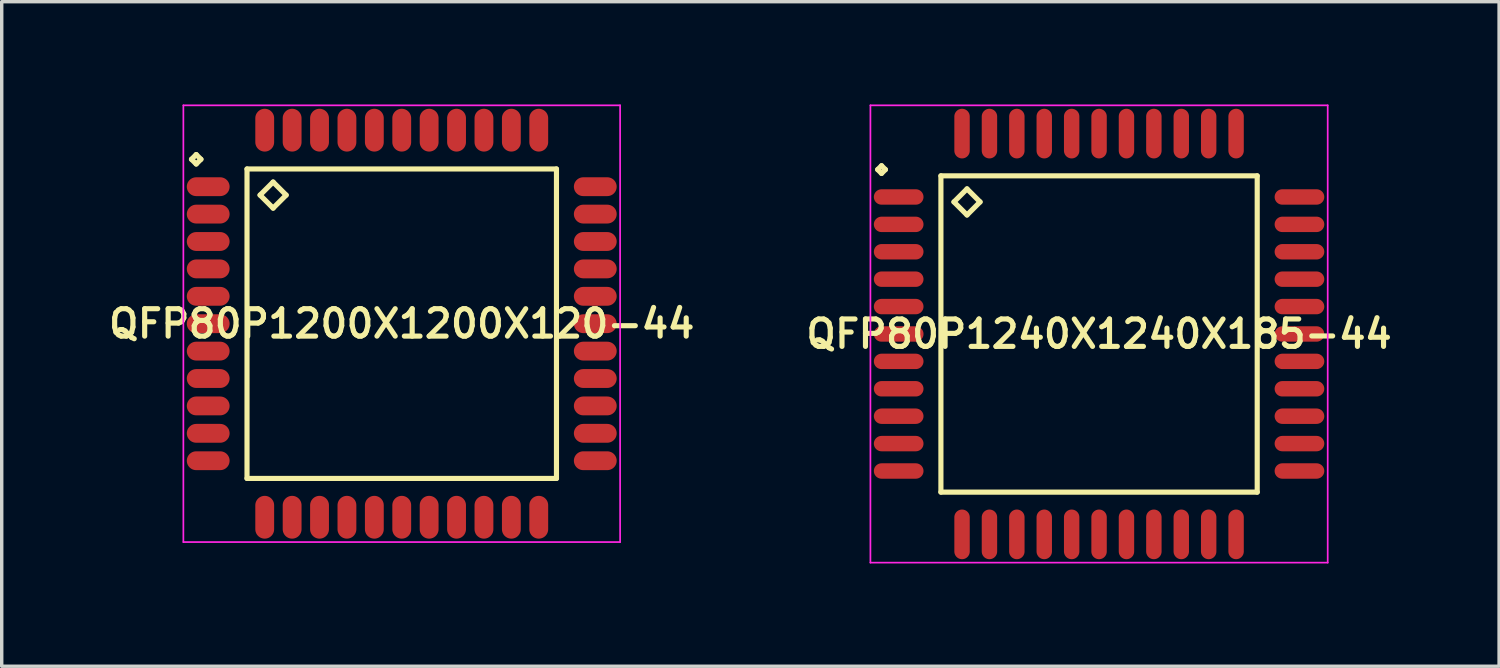
<source format=kicad_pcb>
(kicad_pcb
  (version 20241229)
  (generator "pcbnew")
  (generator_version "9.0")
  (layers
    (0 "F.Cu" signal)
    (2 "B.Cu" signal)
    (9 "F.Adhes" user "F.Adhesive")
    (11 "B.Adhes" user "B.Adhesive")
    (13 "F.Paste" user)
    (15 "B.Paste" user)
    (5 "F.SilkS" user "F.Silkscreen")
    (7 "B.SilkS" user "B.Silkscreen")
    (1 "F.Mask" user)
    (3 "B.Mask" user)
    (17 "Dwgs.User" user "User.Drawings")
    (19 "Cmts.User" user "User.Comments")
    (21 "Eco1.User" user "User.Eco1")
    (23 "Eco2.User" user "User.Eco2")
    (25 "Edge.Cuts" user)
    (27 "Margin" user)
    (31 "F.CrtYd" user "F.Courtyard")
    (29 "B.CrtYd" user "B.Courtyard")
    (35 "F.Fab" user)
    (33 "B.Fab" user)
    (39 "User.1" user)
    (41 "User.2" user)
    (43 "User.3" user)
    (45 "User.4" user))
  (footprint "QFP80P1240X1240X185-44"
    (layer "F.Cu")
    (at 29.035 6.7)
    (property "Reference" "QFP80P1240X1240X185-44" (at 0 0 0) (layer "F.SilkS") (effects (font (size 0.8 0.8) (thickness 0.15))))
    (attr smd)
    (fp_line (start -6.463 -4.8) (end -6.35 -4.912) (stroke (width 0.15) (type solid)) (layer "F.SilkS"))
    (fp_line (start -6.35 -4.912) (end -6.237 -4.8) (stroke (width 0.15) (type solid)) (layer "F.SilkS"))
    (fp_line (start -6.35 -4.688) (end -6.463 -4.8) (stroke (width 0.15) (type solid)) (layer "F.SilkS"))
    (fp_line (start -6.237 -4.8) (end -6.35 -4.688) (stroke (width 0.15) (type solid)) (layer "F.SilkS"))
    (fp_line (start -4.617 -4.617) (end -4.617 4.617) (stroke (width 0.15) (type solid)) (layer "F.SilkS"))
    (fp_line (start -4.617 4.617) (end 4.617 4.617) (stroke (width 0.15) (type solid)) (layer "F.SilkS"))
    (fp_line (start -4.236 -3.855) (end -3.855 -4.236) (stroke (width 0.15) (type solid)) (layer "F.SilkS"))
    (fp_line (start -3.855 -4.236) (end -3.474 -3.855) (stroke (width 0.15) (type solid)) (layer "F.SilkS"))
    (fp_line (start -3.855 -3.474) (end -4.236 -3.855) (stroke (width 0.15) (type solid)) (layer "F.SilkS"))
    (fp_line (start -3.474 -3.855) (end -3.855 -3.474) (stroke (width 0.15) (type solid)) (layer "F.SilkS"))
    (fp_line (start 4.617 -4.617) (end -4.617 -4.617) (stroke (width 0.15) (type solid)) (layer "F.SilkS"))
    (fp_line (start 4.617 4.617) (end 4.617 -4.617) (stroke (width 0.15) (type solid)) (layer "F.SilkS"))
    (fp_line (start -6.675 -6.675) (end 6.675 -6.675) (stroke (width 0.05) (type solid)) (layer "F.CrtYd"))
    (fp_line (start -6.675 6.675) (end -6.675 -6.675) (stroke (width 0.05) (type solid)) (layer "F.CrtYd"))
    (fp_line (start 6.675 -6.675) (end 6.675 6.675) (stroke (width 0.05) (type solid)) (layer "F.CrtYd"))
    (fp_line (start 6.675 6.675) (end -6.675 6.675) (stroke (width 0.05) (type solid)) (layer "F.CrtYd"))
    (pad "1" smd oval (at -5.85 -4) (size 1.45 0.45) (layers "F.Cu" "F.Mask" "F.Paste"))
    (pad "2" smd oval (at -5.85 -3.2) (size 1.45 0.45) (layers "F.Cu" "F.Mask" "F.Paste"))
    (pad "3" smd oval (at -5.85 -2.4) (size 1.45 0.45) (layers "F.Cu" "F.Mask" "F.Paste"))
    (pad "4" smd oval (at -5.85 -1.6) (size 1.45 0.45) (layers "F.Cu" "F.Mask" "F.Paste"))
    (pad "5" smd oval (at -5.85 -0.8) (size 1.45 0.45) (layers "F.Cu" "F.Mask" "F.Paste"))
    (pad "6" smd oval (at -5.85 0) (size 1.45 0.45) (layers "F.Cu" "F.Mask" "F.Paste"))
    (pad "7" smd oval (at -5.85 0.8) (size 1.45 0.45) (layers "F.Cu" "F.Mask" "F.Paste"))
    (pad "8" smd oval (at -5.85 1.6) (size 1.45 0.45) (layers "F.Cu" "F.Mask" "F.Paste"))
    (pad "9" smd oval (at -5.85 2.4) (size 1.45 0.45) (layers "F.Cu" "F.Mask" "F.Paste"))
    (pad "10" smd oval (at -5.85 3.2) (size 1.45 0.45) (layers "F.Cu" "F.Mask" "F.Paste"))
    (pad "11" smd oval (at -5.85 4) (size 1.45 0.45) (layers "F.Cu" "F.Mask" "F.Paste"))
    (pad "12" smd oval (at -4 5.85) (size 0.45 1.45) (layers "F.Cu" "F.Mask" "F.Paste"))
    (pad "13" smd oval (at -3.2 5.85) (size 0.45 1.45) (layers "F.Cu" "F.Mask" "F.Paste"))
    (pad "14" smd oval (at -2.4 5.85) (size 0.45 1.45) (layers "F.Cu" "F.Mask" "F.Paste"))
    (pad "15" smd oval (at -1.6 5.85) (size 0.45 1.45) (layers "F.Cu" "F.Mask" "F.Paste"))
    (pad "16" smd oval (at -0.8 5.85) (size 0.45 1.45) (layers "F.Cu" "F.Mask" "F.Paste"))
    (pad "17" smd oval (at 0 5.85) (size 0.45 1.45) (layers "F.Cu" "F.Mask" "F.Paste"))
    (pad "18" smd oval (at 0.8 5.85) (size 0.45 1.45) (layers "F.Cu" "F.Mask" "F.Paste"))
    (pad "19" smd oval (at 1.6 5.85) (size 0.45 1.45) (layers "F.Cu" "F.Mask" "F.Paste"))
    (pad "20" smd oval (at 2.4 5.85) (size 0.45 1.45) (layers "F.Cu" "F.Mask" "F.Paste"))
    (pad "21" smd oval (at 3.2 5.85) (size 0.45 1.45) (layers "F.Cu" "F.Mask" "F.Paste"))
    (pad "22" smd oval (at 4 5.85) (size 0.45 1.45) (layers "F.Cu" "F.Mask" "F.Paste"))
    (pad "23" smd oval (at 5.85 4) (size 1.45 0.45) (layers "F.Cu" "F.Mask" "F.Paste"))
    (pad "24" smd oval (at 5.85 3.2) (size 1.45 0.45) (layers "F.Cu" "F.Mask" "F.Paste"))
    (pad "25" smd oval (at 5.85 2.4) (size 1.45 0.45) (layers "F.Cu" "F.Mask" "F.Paste"))
    (pad "26" smd oval (at 5.85 1.6) (size 1.45 0.45) (layers "F.Cu" "F.Mask" "F.Paste"))
    (pad "27" smd oval (at 5.85 0.8) (size 1.45 0.45) (layers "F.Cu" "F.Mask" "F.Paste"))
    (pad "28" smd oval (at 5.85 0) (size 1.45 0.45) (layers "F.Cu" "F.Mask" "F.Paste"))
    (pad "29" smd oval (at 5.85 -0.8) (size 1.45 0.45) (layers "F.Cu" "F.Mask" "F.Paste"))
    (pad "30" smd oval (at 5.85 -1.6) (size 1.45 0.45) (layers "F.Cu" "F.Mask" "F.Paste"))
    (pad "31" smd oval (at 5.85 -2.4) (size 1.45 0.45) (layers "F.Cu" "F.Mask" "F.Paste"))
    (pad "32" smd oval (at 5.85 -3.2) (size 1.45 0.45) (layers "F.Cu" "F.Mask" "F.Paste"))
    (pad "33" smd oval (at 5.85 -4) (size 1.45 0.45) (layers "F.Cu" "F.Mask" "F.Paste"))
    (pad "34" smd oval (at 4 -5.85) (size 0.45 1.45) (layers "F.Cu" "F.Mask" "F.Paste"))
    (pad "35" smd oval (at 3.2 -5.85) (size 0.45 1.45) (layers "F.Cu" "F.Mask" "F.Paste"))
    (pad "36" smd oval (at 2.4 -5.85) (size 0.45 1.45) (layers "F.Cu" "F.Mask" "F.Paste"))
    (pad "37" smd oval (at 1.6 -5.85) (size 0.45 1.45) (layers "F.Cu" "F.Mask" "F.Paste"))
    (pad "38" smd oval (at 0.8 -5.85) (size 0.45 1.45) (layers "F.Cu" "F.Mask" "F.Paste"))
    (pad "39" smd oval (at 0 -5.85) (size 0.45 1.45) (layers "F.Cu" "F.Mask" "F.Paste"))
    (pad "40" smd oval (at -0.8 -5.85) (size 0.45 1.45) (layers "F.Cu" "F.Mask" "F.Paste"))
    (pad "41" smd oval (at -1.6 -5.85) (size 0.45 1.45) (layers "F.Cu" "F.Mask" "F.Paste"))
    (pad "42" smd oval (at -2.4 -5.85) (size 0.45 1.45) (layers "F.Cu" "F.Mask" "F.Paste"))
    (pad "43" smd oval (at -3.2 -5.85) (size 0.45 1.45) (layers "F.Cu" "F.Mask" "F.Paste"))
    (pad "44" smd oval (at -4 -5.85) (size 0.45 1.45) (layers "F.Cu" "F.Mask" "F.Paste")))
  (footprint "QFP80P1200X1200X120-44"
    (layer "F.Cu")
    (at 8.678 6.4)
    (property "Reference" "QFP80P1200X1200X120-44" (at 0 0 0) (layer "F.SilkS") (effects (font (size 0.8 0.8) (thickness 0.15))))
    (attr smd)
    (fp_line (start -6.138 -4.8) (end -6 -4.938) (stroke (width 0.15) (type solid)) (layer "F.SilkS"))
    (fp_line (start -6 -4.938) (end -5.862 -4.8) (stroke (width 0.15) (type solid)) (layer "F.SilkS"))
    (fp_line (start -6 -4.662) (end -6.138 -4.8) (stroke (width 0.15) (type solid)) (layer "F.SilkS"))
    (fp_line (start -5.862 -4.8) (end -6 -4.662) (stroke (width 0.15) (type solid)) (layer "F.SilkS"))
    (fp_line (start -4.517 -4.517) (end -4.517 4.517) (stroke (width 0.15) (type solid)) (layer "F.SilkS"))
    (fp_line (start -4.517 4.517) (end 4.517 4.517) (stroke (width 0.15) (type solid)) (layer "F.SilkS"))
    (fp_line (start -4.136 -3.755) (end -3.755 -4.136) (stroke (width 0.15) (type solid)) (layer "F.SilkS"))
    (fp_line (start -3.755 -4.136) (end -3.374 -3.755) (stroke (width 0.15) (type solid)) (layer "F.SilkS"))
    (fp_line (start -3.755 -3.374) (end -4.136 -3.755) (stroke (width 0.15) (type solid)) (layer "F.SilkS"))
    (fp_line (start -3.374 -3.755) (end -3.755 -3.374) (stroke (width 0.15) (type solid)) (layer "F.SilkS"))
    (fp_line (start 4.517 -4.517) (end -4.517 -4.517) (stroke (width 0.15) (type solid)) (layer "F.SilkS"))
    (fp_line (start 4.517 4.517) (end 4.517 -4.517) (stroke (width 0.15) (type solid)) (layer "F.SilkS"))
    (fp_line (start -6.375 -6.375) (end 6.375 -6.375) (stroke (width 0.05) (type solid)) (layer "F.CrtYd"))
    (fp_line (start -6.375 6.375) (end -6.375 -6.375) (stroke (width 0.05) (type solid)) (layer "F.CrtYd"))
    (fp_line (start 6.375 -6.375) (end 6.375 6.375) (stroke (width 0.05) (type solid)) (layer "F.CrtYd"))
    (fp_line (start 6.375 6.375) (end -6.375 6.375) (stroke (width 0.05) (type solid)) (layer "F.CrtYd"))
    (pad "1" smd oval (at -5.65 -4) (size 1.25 0.55) (layers "F.Cu" "F.Mask" "F.Paste"))
    (pad "2" smd oval (at -5.65 -3.2) (size 1.25 0.55) (layers "F.Cu" "F.Mask" "F.Paste"))
    (pad "3" smd oval (at -5.65 -2.4) (size 1.25 0.55) (layers "F.Cu" "F.Mask" "F.Paste"))
    (pad "4" smd oval (at -5.65 -1.6) (size 1.25 0.55) (layers "F.Cu" "F.Mask" "F.Paste"))
    (pad "5" smd oval (at -5.65 -0.8) (size 1.25 0.55) (layers "F.Cu" "F.Mask" "F.Paste"))
    (pad "6" smd oval (at -5.65 0) (size 1.25 0.55) (layers "F.Cu" "F.Mask" "F.Paste"))
    (pad "7" smd oval (at -5.65 0.8) (size 1.25 0.55) (layers "F.Cu" "F.Mask" "F.Paste"))
    (pad "8" smd oval (at -5.65 1.6) (size 1.25 0.55) (layers "F.Cu" "F.Mask" "F.Paste"))
    (pad "9" smd oval (at -5.65 2.4) (size 1.25 0.55) (layers "F.Cu" "F.Mask" "F.Paste"))
    (pad "10" smd oval (at -5.65 3.2) (size 1.25 0.55) (layers "F.Cu" "F.Mask" "F.Paste"))
    (pad "11" smd oval (at -5.65 4) (size 1.25 0.55) (layers "F.Cu" "F.Mask" "F.Paste"))
    (pad "12" smd oval (at -4 5.65) (size 0.55 1.25) (layers "F.Cu" "F.Mask" "F.Paste"))
    (pad "13" smd oval (at -3.2 5.65) (size 0.55 1.25) (layers "F.Cu" "F.Mask" "F.Paste"))
    (pad "14" smd oval (at -2.4 5.65) (size 0.55 1.25) (layers "F.Cu" "F.Mask" "F.Paste"))
    (pad "15" smd oval (at -1.6 5.65) (size 0.55 1.25) (layers "F.Cu" "F.Mask" "F.Paste"))
    (pad "16" smd oval (at -0.8 5.65) (size 0.55 1.25) (layers "F.Cu" "F.Mask" "F.Paste"))
    (pad "17" smd oval (at 0 5.65) (size 0.55 1.25) (layers "F.Cu" "F.Mask" "F.Paste"))
    (pad "18" smd oval (at 0.8 5.65) (size 0.55 1.25) (layers "F.Cu" "F.Mask" "F.Paste"))
    (pad "19" smd oval (at 1.6 5.65) (size 0.55 1.25) (layers "F.Cu" "F.Mask" "F.Paste"))
    (pad "20" smd oval (at 2.4 5.65) (size 0.55 1.25) (layers "F.Cu" "F.Mask" "F.Paste"))
    (pad "21" smd oval (at 3.2 5.65) (size 0.55 1.25) (layers "F.Cu" "F.Mask" "F.Paste"))
    (pad "22" smd oval (at 4 5.65) (size 0.55 1.25) (layers "F.Cu" "F.Mask" "F.Paste"))
    (pad "23" smd oval (at 5.65 4) (size 1.25 0.55) (layers "F.Cu" "F.Mask" "F.Paste"))
    (pad "24" smd oval (at 5.65 3.2) (size 1.25 0.55) (layers "F.Cu" "F.Mask" "F.Paste"))
    (pad "25" smd oval (at 5.65 2.4) (size 1.25 0.55) (layers "F.Cu" "F.Mask" "F.Paste"))
    (pad "26" smd oval (at 5.65 1.6) (size 1.25 0.55) (layers "F.Cu" "F.Mask" "F.Paste"))
    (pad "27" smd oval (at 5.65 0.8) (size 1.25 0.55) (layers "F.Cu" "F.Mask" "F.Paste"))
    (pad "28" smd oval (at 5.65 0) (size 1.25 0.55) (layers "F.Cu" "F.Mask" "F.Paste"))
    (pad "29" smd oval (at 5.65 -0.8) (size 1.25 0.55) (layers "F.Cu" "F.Mask" "F.Paste"))
    (pad "30" smd oval (at 5.65 -1.6) (size 1.25 0.55) (layers "F.Cu" "F.Mask" "F.Paste"))
    (pad "31" smd oval (at 5.65 -2.4) (size 1.25 0.55) (layers "F.Cu" "F.Mask" "F.Paste"))
    (pad "32" smd oval (at 5.65 -3.2) (size 1.25 0.55) (layers "F.Cu" "F.Mask" "F.Paste"))
    (pad "33" smd oval (at 5.65 -4) (size 1.25 0.55) (layers "F.Cu" "F.Mask" "F.Paste"))
    (pad "34" smd oval (at 4 -5.65) (size 0.55 1.25) (layers "F.Cu" "F.Mask" "F.Paste"))
    (pad "35" smd oval (at 3.2 -5.65) (size 0.55 1.25) (layers "F.Cu" "F.Mask" "F.Paste"))
    (pad "36" smd oval (at 2.4 -5.65) (size 0.55 1.25) (layers "F.Cu" "F.Mask" "F.Paste"))
    (pad "37" smd oval (at 1.6 -5.65) (size 0.55 1.25) (layers "F.Cu" "F.Mask" "F.Paste"))
    (pad "38" smd oval (at 0.8 -5.65) (size 0.55 1.25) (layers "F.Cu" "F.Mask" "F.Paste"))
    (pad "39" smd oval (at 0 -5.65) (size 0.55 1.25) (layers "F.Cu" "F.Mask" "F.Paste"))
    (pad "40" smd oval (at -0.8 -5.65) (size 0.55 1.25) (layers "F.Cu" "F.Mask" "F.Paste"))
    (pad "41" smd oval (at -1.6 -5.65) (size 0.55 1.25) (layers "F.Cu" "F.Mask" "F.Paste"))
    (pad "42" smd oval (at -2.4 -5.65) (size 0.55 1.25) (layers "F.Cu" "F.Mask" "F.Paste"))
    (pad "43" smd oval (at -3.2 -5.65) (size 0.55 1.25) (layers "F.Cu" "F.Mask" "F.Paste"))
    (pad "44" smd oval (at -4 -5.65) (size 0.55 1.25) (layers "F.Cu" "F.Mask" "F.Paste")))
  (gr_rect
    (start -3 -3)
    (end 40.713 16.4)
    (stroke (width 0.1) (type default))
    (fill no)
    (layer "Edge.Cuts")))
</source>
